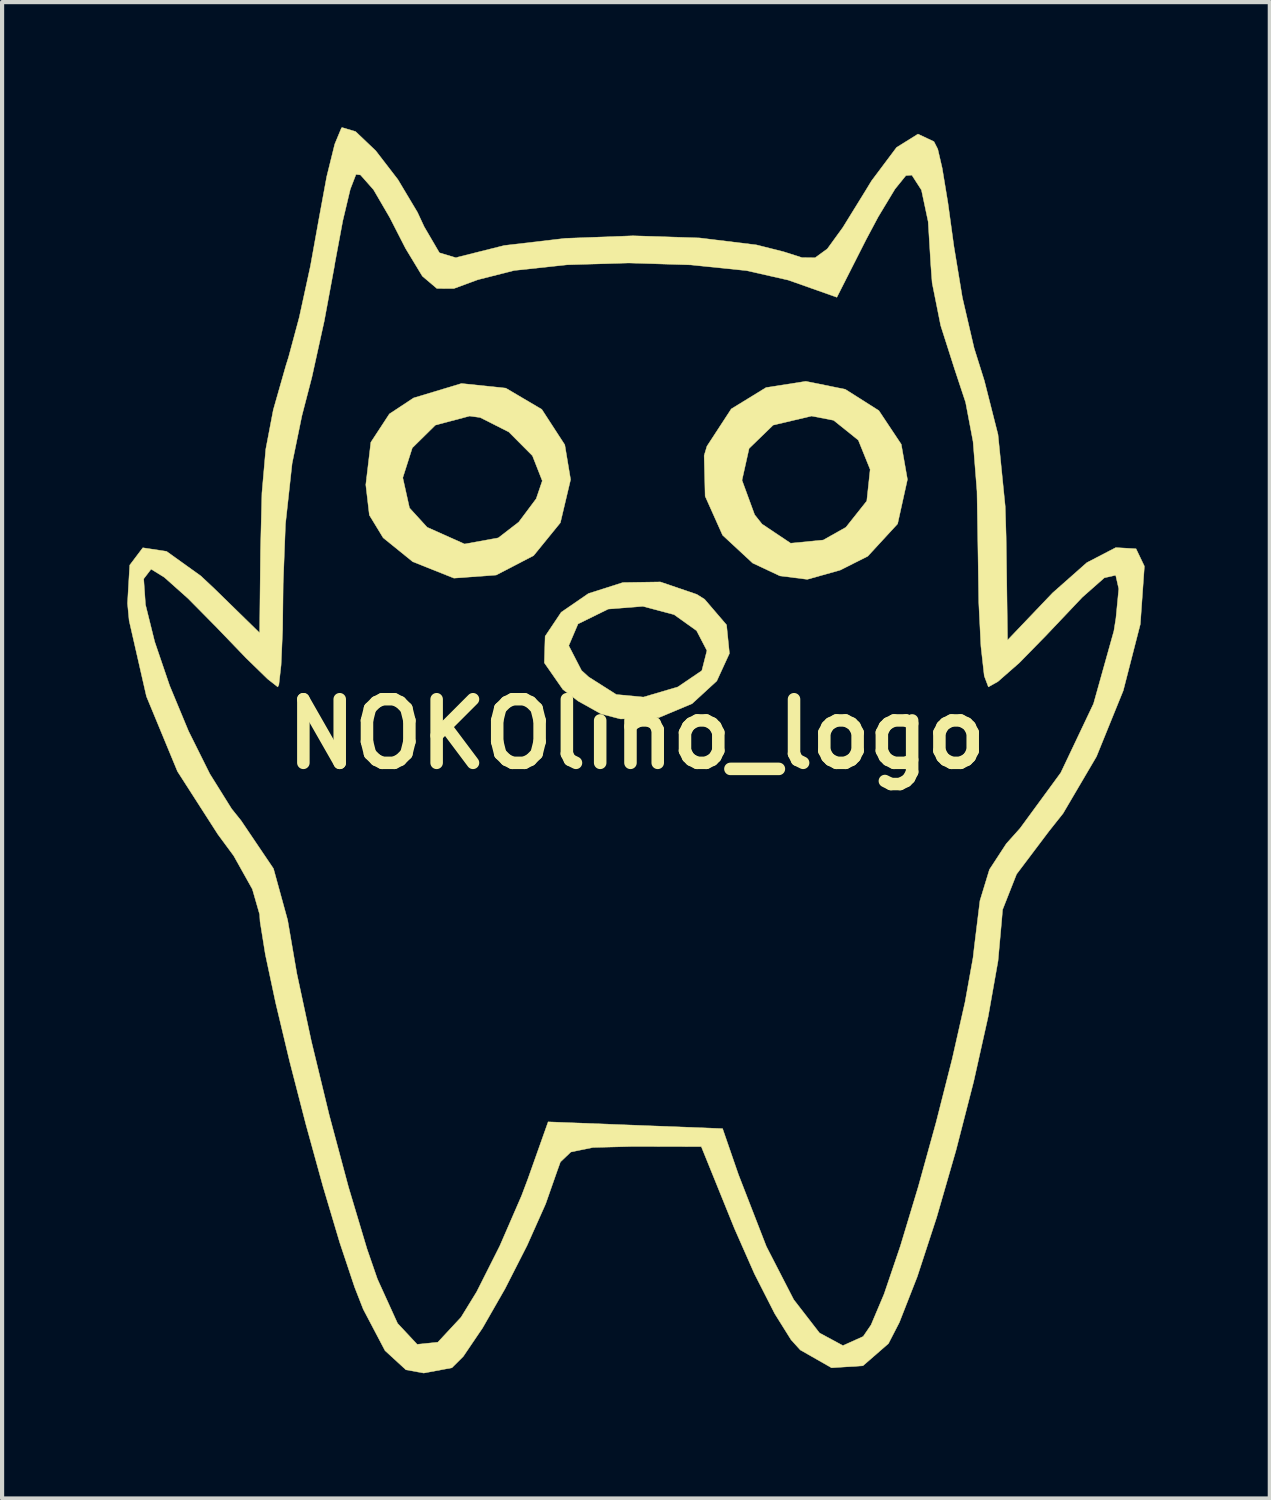
<source format=kicad_pcb>
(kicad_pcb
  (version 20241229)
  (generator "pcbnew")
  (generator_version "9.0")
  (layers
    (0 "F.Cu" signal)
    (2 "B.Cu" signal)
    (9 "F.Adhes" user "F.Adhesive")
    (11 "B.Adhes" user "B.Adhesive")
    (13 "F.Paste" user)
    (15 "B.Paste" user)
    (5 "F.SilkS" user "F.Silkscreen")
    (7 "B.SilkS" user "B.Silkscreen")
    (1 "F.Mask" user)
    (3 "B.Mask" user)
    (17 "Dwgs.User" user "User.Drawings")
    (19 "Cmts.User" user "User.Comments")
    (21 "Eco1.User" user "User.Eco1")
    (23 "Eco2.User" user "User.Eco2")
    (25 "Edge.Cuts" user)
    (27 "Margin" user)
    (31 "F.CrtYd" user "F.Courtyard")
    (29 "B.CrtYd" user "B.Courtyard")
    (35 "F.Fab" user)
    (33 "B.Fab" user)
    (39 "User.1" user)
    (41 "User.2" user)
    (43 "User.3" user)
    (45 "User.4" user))
  (footprint "NOKOlino_logo"
    (layer "F.Cu")
    (at 12.202 14.539)
    (property "Reference" "NOKOlino_logo" (at 0 0 0) (layer "F.SilkS") (effects (font (size 1.524 1.524) (thickness 0.3))))
    (attr through_hole)
    (fp_poly (pts (xy -3.133 -8.289) (xy -2.27 -7.78) (xy -1.719 -6.931) (xy -1.58 -6.098) (xy -1.825 -5.064) (xy -2.466 -4.276) (xy -3.363 -3.81) (xy -4.375 -3.736) (xy -5.362 -4.129) (xy -6.071 -4.703) (xy -6.402 -5.247) (xy -6.487 -5.974) (xy -6.467 -6.142) (xy -5.601 -6.142) (xy -5.44 -5.418) (xy -5.017 -4.955) (xy -4.12 -4.554) (xy -3.313 -4.701) (xy -2.822 -5.08) (xy -2.404 -5.639) (xy -2.258 -6.068) (xy -2.494 -6.669) (xy -3.06 -7.238) (xy -3.746 -7.585) (xy -3.999 -7.62) (xy -4.819 -7.403) (xy -5.373 -6.857) (xy -5.601 -6.142) (xy -6.467 -6.142) (xy -6.366 -6.992) (xy -5.922 -7.671) (xy -5.342 -8.054) (xy -4.195 -8.4) (xy -3.133 -8.289)) (stroke (width 0.01) (type solid)) (fill yes) (layer "F.SilkS"))
    (fp_poly (pts (xy 1.445 -3.347) (xy 1.631 -3.23) (xy 2.157 -2.616) (xy 2.226 -1.932) (xy 1.923 -1.272) (xy 1.331 -0.728) (xy 0.534 -0.394) (xy -0.384 -0.362) (xy -0.847 -0.482) (xy -1.4 -0.791) (xy -1.764 -1.068) (xy -2.209 -1.707) (xy -2.197 -2.118) (xy -1.624 -2.118) (xy -1.318 -1.524) (xy -1.145 -1.367) (xy -0.485 -0.948) (xy 0.164 -0.886) (xy 0.989 -1.129) (xy 1.565 -1.52) (xy 1.687 -2) (xy 1.439 -2.477) (xy 0.9 -2.862) (xy 0.153 -3.061) (xy -0.678 -2.995) (xy -1.402 -2.639) (xy -1.624 -2.118) (xy -2.197 -2.118) (xy -2.19 -2.344) (xy -1.805 -2.919) (xy -1.152 -3.368) (xy -0.327 -3.631) (xy 0.571 -3.645) (xy 1.445 -3.347)) (stroke (width 0.01) (type solid)) (fill yes) (layer "F.SilkS"))
    (fp_poly (pts (xy 5.001 -8.261) (xy 5.806 -7.751) (xy 6.343 -6.944) (xy 6.491 -6.101) (xy 6.256 -5.037) (xy 5.541 -4.261) (xy 4.877 -3.927) (xy 4.092 -3.707) (xy 3.435 -3.79) (xy 2.782 -4.097) (xy 2.062 -4.765) (xy 1.644 -5.7) (xy 1.635 -6.082) (xy 2.527 -6.082) (xy 2.83 -5.255) (xy 3.007 -5.032) (xy 3.693 -4.573) (xy 4.474 -4.649) (xy 5.017 -4.955) (xy 5.517 -5.585) (xy 5.598 -6.34) (xy 5.314 -7.043) (xy 4.722 -7.518) (xy 4.195 -7.62) (xy 3.274 -7.403) (xy 2.697 -6.844) (xy 2.527 -6.082) (xy 1.635 -6.082) (xy 1.62 -6.673) (xy 1.687 -6.897) (xy 2.27 -7.791) (xy 3.104 -8.303) (xy 4.057 -8.452) (xy 5.001 -8.261)) (stroke (width 0.01) (type solid)) (fill yes) (layer "F.SilkS"))
    (fp_poly (pts (xy -6.732 -14.437) (xy -6.249 -13.977) (xy -5.718 -13.287) (xy -5.249 -12.502) (xy -5.089 -12.158) (xy -4.723 -11.532) (xy -4.326 -11.413) (xy -4.27 -11.431) (xy -3.169 -11.707) (xy -1.709 -11.878) (xy -0.085 -11.939) (xy 1.508 -11.888) (xy 2.874 -11.721) (xy 3.525 -11.557) (xy 3.963 -11.417) (xy 4.279 -11.413) (xy 4.572 -11.627) (xy 4.944 -12.14) (xy 5.496 -13.034) (xy 5.631 -13.256) (xy 6.231 -14.057) (xy 6.744 -14.377) (xy 7.126 -14.197) (xy 7.218 -14.017) (xy 7.324 -13.56) (xy 7.462 -12.723) (xy 7.604 -11.689) (xy 7.807 -10.46) (xy 8.089 -9.247) (xy 8.334 -8.467) (xy 8.661 -7.177) (xy 8.834 -5.454) (xy 8.856 -4.724) (xy 8.89 -2.251) (xy 9.97 -3.383) (xy 10.79 -4.108) (xy 11.483 -4.468) (xy 11.969 -4.44) (xy 12.169 -4.022) (xy 12.071 -2.633) (xy 11.663 -1.043) (xy 11.021 0.539) (xy 10.22 1.902) (xy 9.884 2.325) (xy 9.106 3.357) (xy 8.771 4.207) (xy 8.749 4.47) (xy 8.662 5.435) (xy 8.426 6.767) (xy 8.078 8.327) (xy 7.654 9.977) (xy 7.191 11.581) (xy 6.727 13.001) (xy 6.297 14.099) (xy 6.036 14.605) (xy 5.425 15.136) (xy 4.673 15.185) (xy 3.924 14.758) (xy 3.703 14.514) (xy 3.311 13.887) (xy 2.826 12.934) (xy 2.352 11.86) (xy 2.342 11.836) (xy 1.552 9.885) (xy -0.097 9.881) (xy -1.045 9.906) (xy -1.573 10.014) (xy -1.824 10.253) (xy -1.897 10.456) (xy -2.178 11.258) (xy -2.622 12.253) (xy -3.152 13.293) (xy -3.688 14.229) (xy -4.152 14.914) (xy -4.424 15.185) (xy -5.1 15.311) (xy -5.526 15.233) (xy -6.026 14.774) (xy -6.548 13.782) (xy -6.755 13.253) (xy -7.112 12.183) (xy -7.513 10.838) (xy -7.924 9.347) (xy -8.313 7.839) (xy -8.647 6.441) (xy -8.894 5.282) (xy -9.021 4.49) (xy -9.031 4.321) (xy -9.205 3.716) (xy -9.652 2.917) (xy -10.031 2.403) (xy -11 0.894) (xy -11.743 -0.902) (xy -12.158 -2.72) (xy -12.197 -3.133) (xy -12.163 -3.72) (xy -11.809 -3.72) (xy -11.766 -3.101) (xy -11.545 -2.211) (xy -11.188 -1.162) (xy -10.734 -0.069) (xy -10.225 0.953) (xy -9.702 1.791) (xy -9.476 2.073) (xy -8.699 3.224) (xy -8.36 4.457) (xy -8.14 5.736) (xy -7.792 7.358) (xy -7.364 9.127) (xy -6.903 10.85) (xy -6.459 12.334) (xy -6.208 13.06) (xy -5.726 14.12) (xy -5.256 14.623) (xy -4.761 14.572) (xy -4.205 13.974) (xy -3.831 13.365) (xy -3.277 12.265) (xy -2.756 11.065) (xy -2.608 10.673) (xy -2.118 9.292) (xy -0.028 9.373) (xy 2.062 9.454) (xy 2.442 10.555) (xy 3.111 12.278) (xy 3.766 13.551) (xy 4.384 14.35) (xy 4.946 14.653) (xy 5.431 14.434) (xy 5.619 14.158) (xy 5.932 13.417) (xy 6.322 12.267) (xy 6.75 10.849) (xy 7.177 9.307) (xy 7.564 7.783) (xy 7.872 6.42) (xy 8.063 5.36) (xy 8.095 5.08) (xy 8.229 3.991) (xy 8.456 3.246) (xy 8.861 2.626) (xy 9.19 2.258) (xy 10.165 0.927) (xy 10.95 -0.727) (xy 11.438 -2.47) (xy 11.487 -2.778) (xy 11.555 -3.479) (xy 11.481 -3.806) (xy 11.209 -3.744) (xy 10.683 -3.28) (xy 9.849 -2.4) (xy 9.82 -2.369) (xy 9.172 -1.707) (xy 8.658 -1.257) (xy 8.431 -1.129) (xy 8.332 -1.392) (xy 8.252 -2.105) (xy 8.2 -3.155) (xy 8.184 -4.223) (xy 8.158 -5.817) (xy 8.064 -7.007) (xy 7.885 -7.949) (xy 7.62 -8.749) (xy 7.288 -9.788) (xy 7.083 -10.812) (xy 7.052 -11.229) (xy 6.988 -12.278) (xy 6.827 -13.036) (xy 6.597 -13.393) (xy 6.454 -13.382) (xy 6.192 -13.058) (xy 5.792 -12.395) (xy 5.499 -11.845) (xy 4.8 -10.466) (xy 3.635 -10.878) (xy 2.634 -11.105) (xy 1.298 -11.242) (xy -0.195 -11.288) (xy -1.665 -11.244) (xy -2.932 -11.108) (xy -3.802 -10.887) (xy -4.378 -10.675) (xy -4.784 -10.677) (xy -5.132 -10.972) (xy -5.535 -11.638) (xy -5.912 -12.375) (xy -6.302 -13.044) (xy -6.615 -13.398) (xy -6.722 -13.41) (xy -6.859 -13.055) (xy -7.039 -12.298) (xy -7.226 -11.296) (xy -7.242 -11.195) (xy -7.483 -9.895) (xy -7.778 -8.555) (xy -8.018 -7.629) (xy -8.253 -6.484) (xy -8.412 -5.032) (xy -8.467 -3.607) (xy -8.48 -2.504) (xy -8.517 -1.653) (xy -8.57 -1.183) (xy -8.596 -1.129) (xy -8.839 -1.319) (xy -9.353 -1.819) (xy -10.028 -2.521) (xy -10.046 -2.54) (xy -10.746 -3.249) (xy -11.315 -3.756) (xy -11.631 -3.951) (xy -11.632 -3.951) (xy -11.809 -3.72) (xy -12.163 -3.72) (xy -12.143 -4.049) (xy -11.83 -4.464) (xy -11.262 -4.378) (xy -10.443 -3.791) (xy -10.129 -3.497) (xy -9.031 -2.425) (xy -9.01 -4.388) (xy -8.976 -5.774) (xy -8.884 -6.825) (xy -8.704 -7.768) (xy -8.401 -8.831) (xy -8.338 -9.031) (xy -8.082 -9.983) (xy -7.814 -11.213) (xy -7.61 -12.346) (xy -7.423 -13.36) (xy -7.231 -14.136) (xy -7.071 -14.522) (xy -7.056 -14.534) (xy -6.732 -14.437)) (stroke (width 0.01) (type solid)) (fill yes) (layer "F.SilkS")))
  (gr_rect
    (start -3 -3)
    (end 27.376 32.856)
    (stroke (width 0.1) (type default))
    (fill no)
    (layer "Edge.Cuts")))
</source>
